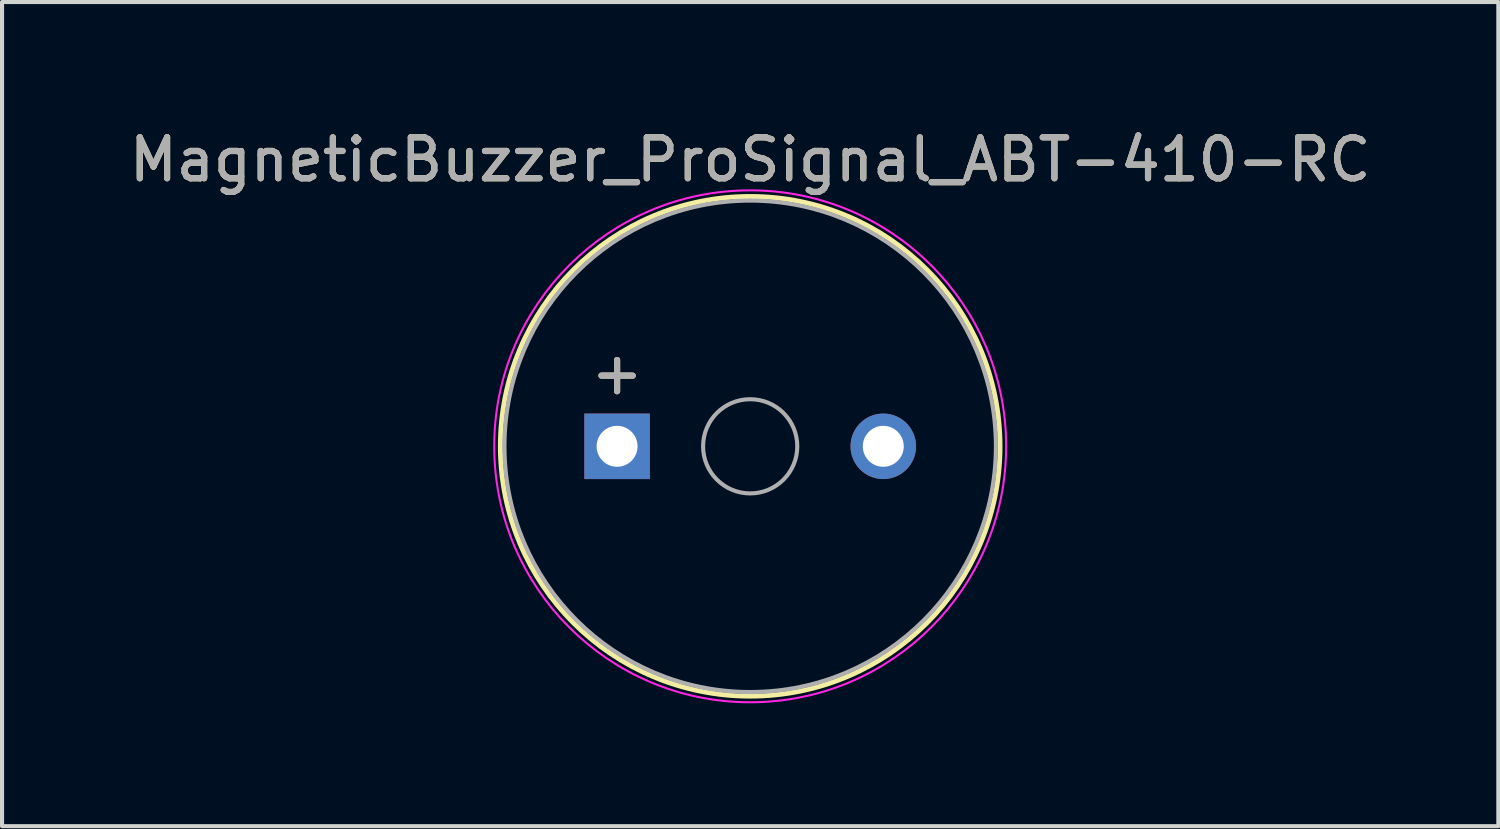
<source format=kicad_pcb>
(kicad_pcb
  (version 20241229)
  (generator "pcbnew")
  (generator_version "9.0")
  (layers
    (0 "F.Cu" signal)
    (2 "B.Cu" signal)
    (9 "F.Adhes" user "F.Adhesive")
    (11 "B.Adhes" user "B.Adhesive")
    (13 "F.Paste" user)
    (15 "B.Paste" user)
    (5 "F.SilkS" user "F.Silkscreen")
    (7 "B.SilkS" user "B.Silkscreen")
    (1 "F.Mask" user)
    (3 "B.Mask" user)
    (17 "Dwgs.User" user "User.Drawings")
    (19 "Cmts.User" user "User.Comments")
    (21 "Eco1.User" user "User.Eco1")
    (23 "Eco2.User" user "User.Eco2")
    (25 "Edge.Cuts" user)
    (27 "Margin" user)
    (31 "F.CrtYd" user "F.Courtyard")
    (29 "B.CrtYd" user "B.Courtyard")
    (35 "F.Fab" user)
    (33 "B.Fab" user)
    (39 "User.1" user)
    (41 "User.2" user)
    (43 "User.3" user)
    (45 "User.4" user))
  (footprint "MagneticBuzzer_ProSignal_ABT-410-RC"
    (layer "F.Cu")
    (at 12.018 7.848)
    (property "Reference" "MagneticBuzzer_ProSignal_ABT-410-RC" (at 3.25 -7 0) (layer "F.SilkS") (effects (font (size 1 1) (thickness 0.15))))
    (attr through_hole)
    (fp_circle (center 3.25 0) (end 9.35 0) (stroke (width 0.12) (type solid)) (fill no) (layer "F.SilkS"))
    (fp_circle (center 3.25 0) (end 9.5 0) (stroke (width 0.05) (type solid)) (fill no) (layer "F.CrtYd"))
    (fp_circle (center 3.25 0) (end 4.4 0) (stroke (width 0.1) (type solid)) (fill no) (layer "F.Fab"))
    (fp_circle (center 3.25 0) (end 9.25 0) (stroke (width 0.1) (type solid)) (fill no) (layer "F.Fab"))
    (fp_text user "+" (at 0 -1.8 0) (layer "F.SilkS") (effects (font (size 1 1) (thickness 0.15))))
    (fp_text user "+" (at 0 -1.8 0) (layer "F.Fab") (effects (font (size 1 1) (thickness 0.15))))
    (fp_text user "${REFERENCE}" (at 3.25 -7 0) (layer "F.Fab") (effects (font (size 1 1) (thickness 0.15))))
    (pad "1" thru_hole rect (at 0 0) (size 1.6 1.6) (drill 1) (layers "*.Cu" "*.Mask"))
    (pad "2" thru_hole circle (at 6.5 0) (size 1.6 1.6) (drill 1) (layers "*.Cu" "*.Mask")))
  (gr_rect
    (start -3 -3)
    (end 33.536 17.123)
    (stroke (width 0.1) (type default))
    (fill no)
    (layer "Edge.Cuts")))
</source>
